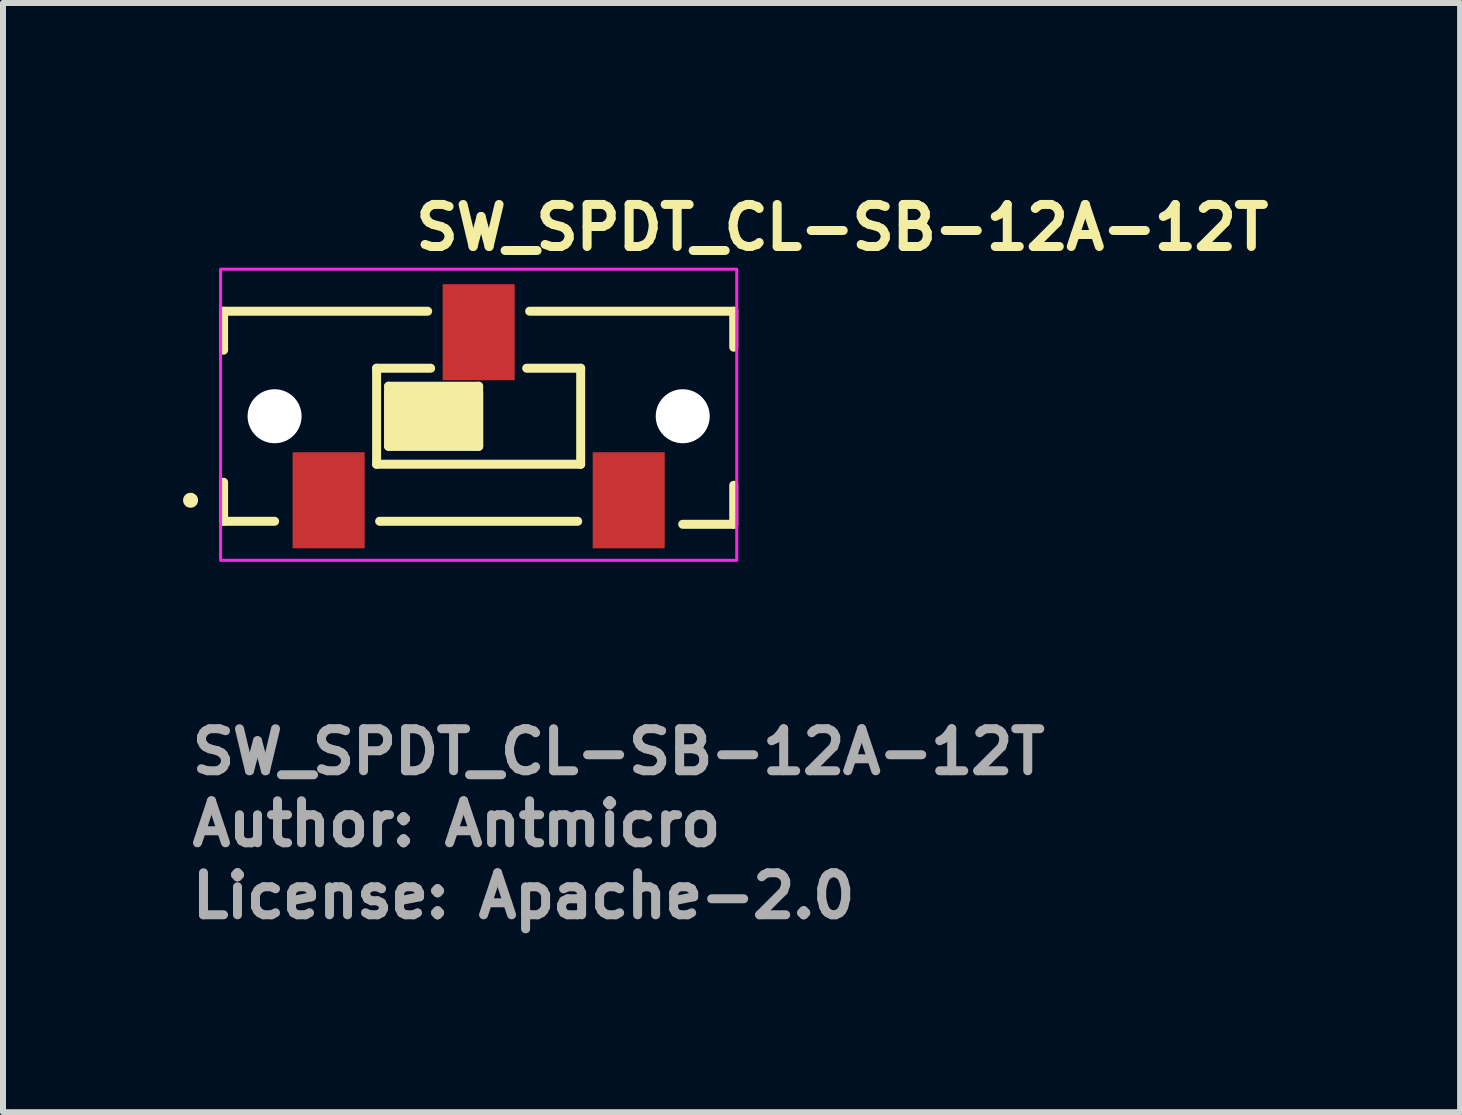
<source format=kicad_pcb>
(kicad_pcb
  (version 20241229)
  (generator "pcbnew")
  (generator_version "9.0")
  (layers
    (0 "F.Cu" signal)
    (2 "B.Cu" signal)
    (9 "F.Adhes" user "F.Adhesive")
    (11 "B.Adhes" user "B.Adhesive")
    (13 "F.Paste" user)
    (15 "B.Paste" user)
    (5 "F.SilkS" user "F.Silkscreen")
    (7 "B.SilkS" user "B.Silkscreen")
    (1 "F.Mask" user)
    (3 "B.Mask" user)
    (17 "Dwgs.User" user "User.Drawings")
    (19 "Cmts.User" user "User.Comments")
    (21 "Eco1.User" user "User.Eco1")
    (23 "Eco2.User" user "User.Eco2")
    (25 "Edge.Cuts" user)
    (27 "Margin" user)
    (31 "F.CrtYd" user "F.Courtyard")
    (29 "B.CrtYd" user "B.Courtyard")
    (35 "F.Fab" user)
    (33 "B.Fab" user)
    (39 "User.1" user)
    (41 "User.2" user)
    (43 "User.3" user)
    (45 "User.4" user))
  (footprint "SW_SPDT_CL-SB-12A-12T"
    (layer "F.Cu")
    (at 4.925 4.885)
    (property "Reference" "SW_SPDT_CL-SB-12A-12T" (at -1.125 -3.735 0) (layer "F.SilkS") (effects (font (size 0.7 0.7) (thickness 0.15)) (justify left bottom)))
    (attr smd)
    (fp_line (start -4.25 -2.75) (end -4.25 -2.1) (stroke (width 0.15) (type solid)) (layer "F.SilkS"))
    (fp_line (start -4.25 -2.75) (end -0.85 -2.75) (stroke (width 0.15) (type solid)) (layer "F.SilkS"))
    (fp_line (start -4.25 0.1) (end -4.25 0.75) (stroke (width 0.15) (type solid)) (layer "F.SilkS"))
    (fp_line (start -4.25 0.75) (end -3.4 0.75) (stroke (width 0.15) (type solid)) (layer "F.SilkS"))
    (fp_line (start -1.7 -1.8) (end -1.7 -0.2) (stroke (width 0.15) (type solid)) (layer "F.SilkS"))
    (fp_line (start -1.7 -0.2) (end 1.7 -0.2) (stroke (width 0.15) (type solid)) (layer "F.SilkS"))
    (fp_line (start -1.65 0.75) (end 1.65 0.75) (stroke (width 0.15) (type solid)) (layer "F.SilkS"))
    (fp_line (start -1.5 -1.5) (end -1.5 -0.5) (stroke (width 0.15) (type solid)) (layer "F.SilkS"))
    (fp_line (start -1.5 -0.5) (end 0 -0.5) (stroke (width 0.15) (type solid)) (layer "F.SilkS"))
    (fp_line (start -0.8 -1.8) (end -1.7 -1.8) (stroke (width 0.15) (type solid)) (layer "F.SilkS"))
    (fp_line (start 0 -1.5) (end -1.5 -1.5) (stroke (width 0.15) (type solid)) (layer "F.SilkS"))
    (fp_line (start 0 -0.5) (end 0 -1.5) (stroke (width 0.15) (type solid)) (layer "F.SilkS"))
    (fp_line (start 0.85 -2.75) (end 4.25 -2.75) (stroke (width 0.15) (type solid)) (layer "F.SilkS"))
    (fp_line (start 1.7 -1.8) (end 0.8 -1.8) (stroke (width 0.15) (type solid)) (layer "F.SilkS"))
    (fp_line (start 1.7 -0.2) (end 1.7 -1.8) (stroke (width 0.15) (type solid)) (layer "F.SilkS"))
    (fp_line (start 4.25 -2.75) (end 4.25 -2.15) (stroke (width 0.15) (type solid)) (layer "F.SilkS"))
    (fp_line (start 4.25 0.8) (end 3.4 0.8) (stroke (width 0.15) (type solid)) (layer "F.SilkS"))
    (fp_line (start 4.25 0.8) (end 4.25 0.15) (stroke (width 0.15) (type solid)) (layer "F.SilkS"))
    (fp_circle (center -4.8 0.4) (end -4.75 0.4) (stroke (width 0.15) (type solid)) (fill yes) (layer "F.SilkS"))
    (fp_poly (pts (xy -1.5 -1.4) (xy 0 -1.4) (xy 0 -1.5) (xy 0 -0.6) (xy 0 -0.5) (xy -1.5 -0.5)) (stroke (width 0.15) (type solid)) (fill yes) (layer "F.SilkS"))
    (fp_rect (start -4.3 -3.45) (end 4.3 1.4) (stroke (width 0.05) (type solid)) (fill no) (layer "F.CrtYd"))
    (fp_rect (start -4.25 -2.75) (end 4.25 2.75) (stroke (width 0.1) (type solid)) (fill no) (layer "User.5"))
    (fp_line (start -4.25 -2.75) (end -4.25 -2) (stroke (width 0.02) (type solid)) (layer "User.9"))
    (fp_line (start -4.25 -2.75) (end -3.9 -2.75) (stroke (width 0.02) (type solid)) (layer "User.9"))
    (fp_line (start -4.25 -2) (end -4.25 -2) (stroke (width 0.02) (type solid)) (layer "User.9"))
    (fp_line (start -4.25 -2) (end -4.249 -2) (stroke (width 0.02) (type solid)) (layer "User.9"))
    (fp_line (start -4.25 0) (end -4.25 -2) (stroke (width 0.02) (type solid)) (layer "User.9"))
    (fp_line (start -4.25 0) (end -4.25 0) (stroke (width 0.02) (type solid)) (layer "User.9"))
    (fp_line (start -4.25 0) (end -4.25 0.75) (stroke (width 0.02) (type solid)) (layer "User.9"))
    (fp_line (start -4.25 0.75) (end -3.9 0.75) (stroke (width 0.02) (type solid)) (layer "User.9"))
    (fp_line (start -4.249 -2) (end -4.248 -2) (stroke (width 0.02) (type solid)) (layer "User.9"))
    (fp_line (start -4.249 0) (end -4.25 0) (stroke (width 0.02) (type solid)) (layer "User.9"))
    (fp_line (start -4.248 -2) (end -4.246 -2) (stroke (width 0.02) (type solid)) (layer "User.9"))
    (fp_line (start -4.248 0) (end -4.249 0) (stroke (width 0.02) (type solid)) (layer "User.9"))
    (fp_line (start -4.246 -2) (end -4.243 -2) (stroke (width 0.02) (type solid)) (layer "User.9"))
    (fp_line (start -4.246 0) (end -4.248 0) (stroke (width 0.02) (type solid)) (layer "User.9"))
    (fp_line (start -4.243 -2) (end -4.241 -2) (stroke (width 0.02) (type solid)) (layer "User.9"))
    (fp_line (start -4.243 0) (end -4.246 0) (stroke (width 0.02) (type solid)) (layer "User.9"))
    (fp_line (start -4.241 -2) (end -4.237 -2) (stroke (width 0.02) (type solid)) (layer "User.9"))
    (fp_line (start -4.241 0) (end -4.243 0) (stroke (width 0.02) (type solid)) (layer "User.9"))
    (fp_line (start -4.237 -2) (end -4.233 -2) (stroke (width 0.02) (type solid)) (layer "User.9"))
    (fp_line (start -4.237 0) (end -4.241 0) (stroke (width 0.02) (type solid)) (layer "User.9"))
    (fp_line (start -4.233 -2) (end -4.229 -2) (stroke (width 0.02) (type solid)) (layer "User.9"))
    (fp_line (start -4.233 0) (end -4.237 0) (stroke (width 0.02) (type solid)) (layer "User.9"))
    (fp_line (start -4.229 -2) (end -4.224 -2) (stroke (width 0.02) (type solid)) (layer "User.9"))
    (fp_line (start -4.229 0) (end -4.233 0) (stroke (width 0.02) (type solid)) (layer "User.9"))
    (fp_line (start -4.224 -2) (end -4.219 -2) (stroke (width 0.02) (type solid)) (layer "User.9"))
    (fp_line (start -4.224 0) (end -4.229 0) (stroke (width 0.02) (type solid)) (layer "User.9"))
    (fp_line (start -4.219 -2) (end -4.213 -2) (stroke (width 0.02) (type solid)) (layer "User.9"))
    (fp_line (start -4.219 0) (end -4.224 0) (stroke (width 0.02) (type solid)) (layer "User.9"))
    (fp_line (start -4.213 -2) (end -4.207 -2) (stroke (width 0.02) (type solid)) (layer "User.9"))
    (fp_line (start -4.213 0) (end -4.219 0) (stroke (width 0.02) (type solid)) (layer "User.9"))
    (fp_line (start -4.207 -2) (end -4.2 -2) (stroke (width 0.02) (type solid)) (layer "User.9"))
    (fp_line (start -4.207 0) (end -4.213 0) (stroke (width 0.02) (type solid)) (layer "User.9"))
    (fp_line (start -4.2 -2) (end -4.171 -2.003) (stroke (width 0.02) (type solid)) (layer "User.9"))
    (fp_line (start -4.2 0) (end -4.25 0) (stroke (width 0.02) (type solid)) (layer "User.9"))
    (fp_line (start -4.2 0) (end -4.207 0) (stroke (width 0.02) (type solid)) (layer "User.9"))
    (fp_line (start -4.171 -2.003) (end -4.137 -2.011) (stroke (width 0.02) (type solid)) (layer "User.9"))
    (fp_line (start -4.171 0.003) (end -4.2 0) (stroke (width 0.02) (type solid)) (layer "User.9"))
    (fp_line (start -4.137 -2.011) (end -4.102 -2.026) (stroke (width 0.02) (type solid)) (layer "User.9"))
    (fp_line (start -4.137 0.011) (end -4.171 0.003) (stroke (width 0.02) (type solid)) (layer "User.9"))
    (fp_line (start -4.102 -2.026) (end -4.086 -2.036) (stroke (width 0.02) (type solid)) (layer "User.9"))
    (fp_line (start -4.102 0.026) (end -4.137 0.011) (stroke (width 0.02) (type solid)) (layer "User.9"))
    (fp_line (start -4.086 -2.036) (end -4.07 -2.048) (stroke (width 0.02) (type solid)) (layer "User.9"))
    (fp_line (start -4.085 0.036) (end -4.102 0.026) (stroke (width 0.02) (type solid)) (layer "User.9"))
    (fp_line (start -4.07 -2.048) (end -4.055 -2.063) (stroke (width 0.02) (type solid)) (layer "User.9"))
    (fp_line (start -4.069 0.049) (end -4.085 0.036) (stroke (width 0.02) (type solid)) (layer "User.9"))
    (fp_line (start -4.055 -2.063) (end -4.041 -2.079) (stroke (width 0.02) (type solid)) (layer "User.9"))
    (fp_line (start -4.054 0.063) (end -4.069 0.049) (stroke (width 0.02) (type solid)) (layer "User.9"))
    (fp_line (start -4.041 -2.079) (end -4.029 -2.097) (stroke (width 0.02) (type solid)) (layer "User.9"))
    (fp_line (start -4.041 0.079) (end -4.054 0.063) (stroke (width 0.02) (type solid)) (layer "User.9"))
    (fp_line (start -4.029 -2.097) (end -4.019 -2.116) (stroke (width 0.02) (type solid)) (layer "User.9"))
    (fp_line (start -4.029 0.097) (end -4.041 0.079) (stroke (width 0.02) (type solid)) (layer "User.9"))
    (fp_line (start -4.019 -2.116) (end -4.011 -2.136) (stroke (width 0.02) (type solid)) (layer "User.9"))
    (fp_line (start -4.019 0.116) (end -4.029 0.097) (stroke (width 0.02) (type solid)) (layer "User.9"))
    (fp_line (start -4.011 -2.136) (end -4.005 -2.157) (stroke (width 0.02) (type solid)) (layer "User.9"))
    (fp_line (start -4.011 0.136) (end -4.019 0.116) (stroke (width 0.02) (type solid)) (layer "User.9"))
    (fp_line (start -4.005 -2.157) (end -4.001 -2.178) (stroke (width 0.02) (type solid)) (layer "User.9"))
    (fp_line (start -4.005 0.157) (end -4.011 0.136) (stroke (width 0.02) (type solid)) (layer "User.9"))
    (fp_line (start -4.001 -2.178) (end -4 -2.2) (stroke (width 0.02) (type solid)) (layer "User.9"))
    (fp_line (start -4.001 0.178) (end -4.005 0.157) (stroke (width 0.02) (type solid)) (layer "User.9"))
    (fp_line (start -4 0.2) (end -4.001 0.178) (stroke (width 0.02) (type solid)) (layer "User.9"))
    (fp_line (start -4 0.2) (end -4 -2.2) (stroke (width 0.02) (type solid)) (layer "User.9"))
    (fp_line (start -4 0.2) (end -3.996 0.239) (stroke (width 0.02) (type solid)) (layer "User.9"))
    (fp_line (start -3.996 -2.239) (end -4 -2.2) (stroke (width 0.02) (type solid)) (layer "User.9"))
    (fp_line (start -3.996 0.239) (end -3.985 0.277) (stroke (width 0.02) (type solid)) (layer "User.9"))
    (fp_line (start -3.992 -2.45) (end -3.9 -2.45) (stroke (width 0.02) (type solid)) (layer "User.9"))
    (fp_line (start -3.992 -2.256) (end -3.992 -2.45) (stroke (width 0.02) (type solid)) (layer "User.9"))
    (fp_line (start -3.992 0.45) (end -3.992 0.256) (stroke (width 0.02) (type solid)) (layer "User.9"))
    (fp_line (start -3.985 -2.277) (end -3.996 -2.239) (stroke (width 0.02) (type solid)) (layer "User.9"))
    (fp_line (start -3.985 0.277) (end -3.966 0.311) (stroke (width 0.02) (type solid)) (layer "User.9"))
    (fp_line (start -3.966 -2.311) (end -3.985 -2.277) (stroke (width 0.02) (type solid)) (layer "User.9"))
    (fp_line (start -3.966 0.311) (end -3.941 0.341) (stroke (width 0.02) (type solid)) (layer "User.9"))
    (fp_line (start -3.941 -2.341) (end -3.966 -2.311) (stroke (width 0.02) (type solid)) (layer "User.9"))
    (fp_line (start -3.941 0.341) (end -3.911 0.366) (stroke (width 0.02) (type solid)) (layer "User.9"))
    (fp_line (start -3.911 -2.366) (end -3.941 -2.341) (stroke (width 0.02) (type solid)) (layer "User.9"))
    (fp_line (start -3.911 0.366) (end -3.877 0.385) (stroke (width 0.02) (type solid)) (layer "User.9"))
    (fp_line (start -3.9 -2.45) (end -3.9 -2.75) (stroke (width 0.02) (type solid)) (layer "User.9"))
    (fp_line (start -3.9 0.45) (end -3.992 0.45) (stroke (width 0.02) (type solid)) (layer "User.9"))
    (fp_line (start -3.9 0.75) (end -3.9 0.45) (stroke (width 0.02) (type solid)) (layer "User.9"))
    (fp_line (start -3.877 -2.385) (end -3.911 -2.366) (stroke (width 0.02) (type solid)) (layer "User.9"))
    (fp_line (start -3.877 0.385) (end -3.839 0.396) (stroke (width 0.02) (type solid)) (layer "User.9"))
    (fp_line (start -3.839 -2.396) (end -3.877 -2.385) (stroke (width 0.02) (type solid)) (layer "User.9"))
    (fp_line (start -3.839 0.396) (end -3.8 0.4) (stroke (width 0.02) (type solid)) (layer "User.9"))
    (fp_line (start -3.8 -2.4) (end -3.839 -2.396) (stroke (width 0.02) (type solid)) (layer "User.9"))
    (fp_line (start -3.8 0.4) (end -3.25 0.4) (stroke (width 0.02) (type solid)) (layer "User.9"))
    (fp_line (start -3.211 0.404) (end -3.25 0.4) (stroke (width 0.02) (type solid)) (layer "User.9"))
    (fp_line (start -3.173 0.415) (end -3.211 0.404) (stroke (width 0.02) (type solid)) (layer "User.9"))
    (fp_line (start -3.15 -2.75) (end -3.9 -2.75) (stroke (width 0.02) (type solid)) (layer "User.9"))
    (fp_line (start -3.15 -2.75) (end -3.15 -2.45) (stroke (width 0.02) (type solid)) (layer "User.9"))
    (fp_line (start -3.15 -2.75) (end -3.05 -2.75) (stroke (width 0.02) (type solid)) (layer "User.9"))
    (fp_line (start -3.15 -2.45) (end -3.9 -2.45) (stroke (width 0.02) (type solid)) (layer "User.9"))
    (fp_line (start -3.15 0.45) (end -3.9 0.45) (stroke (width 0.02) (type solid)) (layer "User.9"))
    (fp_line (start -3.15 0.45) (end -3.15 0.75) (stroke (width 0.02) (type solid)) (layer "User.9"))
    (fp_line (start -3.15 0.75) (end -3.9 0.75) (stroke (width 0.02) (type solid)) (layer "User.9"))
    (fp_line (start -3.15 0.75) (end -3.05 0.75) (stroke (width 0.02) (type solid)) (layer "User.9"))
    (fp_line (start -3.139 0.434) (end -3.173 0.415) (stroke (width 0.02) (type solid)) (layer "User.9"))
    (fp_line (start -3.109 0.459) (end -3.139 0.434) (stroke (width 0.02) (type solid)) (layer "User.9"))
    (fp_line (start -3.09 -2.45) (end -3.15 -2.45) (stroke (width 0.02) (type solid)) (layer "User.9"))
    (fp_line (start -3.09 -2.4) (end -3.09 -2.45) (stroke (width 0.02) (type solid)) (layer "User.9"))
    (fp_line (start -3.084 0.489) (end -3.109 0.459) (stroke (width 0.02) (type solid)) (layer "User.9"))
    (fp_line (start -3.065 0.523) (end -3.084 0.489) (stroke (width 0.02) (type solid)) (layer "User.9"))
    (fp_line (start -3.054 0.561) (end -3.065 0.523) (stroke (width 0.02) (type solid)) (layer "User.9"))
    (fp_line (start -3.05 -2.75) (end -3.05 -2.748) (stroke (width 0.02) (type solid)) (layer "User.9"))
    (fp_line (start -3.05 -2.75) (end -2.05 -2.75) (stroke (width 0.02) (type solid)) (layer "User.9"))
    (fp_line (start -3.05 -2.748) (end -3.05 -2.742) (stroke (width 0.02) (type solid)) (layer "User.9"))
    (fp_line (start -3.05 -2.742) (end -3.05 -2.733) (stroke (width 0.02) (type solid)) (layer "User.9"))
    (fp_line (start -3.05 -2.733) (end -3.05 -2.72) (stroke (width 0.02) (type solid)) (layer "User.9"))
    (fp_line (start -3.05 -2.72) (end -3.05 -2.704) (stroke (width 0.02) (type solid)) (layer "User.9"))
    (fp_line (start -3.05 -2.704) (end -3.05 -2.685) (stroke (width 0.02) (type solid)) (layer "User.9"))
    (fp_line (start -3.05 -2.685) (end -3.05 -2.662) (stroke (width 0.02) (type solid)) (layer "User.9"))
    (fp_line (start -3.05 -2.662) (end -3.05 -2.637) (stroke (width 0.02) (type solid)) (layer "User.9"))
    (fp_line (start -3.05 -2.637) (end -3.05 -2.61) (stroke (width 0.02) (type solid)) (layer "User.9"))
    (fp_line (start -3.05 -2.61) (end -3.05 -2.58) (stroke (width 0.02) (type solid)) (layer "User.9"))
    (fp_line (start -3.05 -2.58) (end -3.05 -2.549) (stroke (width 0.02) (type solid)) (layer "User.9"))
    (fp_line (start -3.05 -2.549) (end -3.05 -2.517) (stroke (width 0.02) (type solid)) (layer "User.9"))
    (fp_line (start -3.05 -2.517) (end -3.05 -2.484) (stroke (width 0.02) (type solid)) (layer "User.9"))
    (fp_line (start -3.05 -2.484) (end -3.05 -2.45) (stroke (width 0.02) (type solid)) (layer "User.9"))
    (fp_line (start -3.05 -2.45) (end -3.05 -2.4) (stroke (width 0.02) (type solid)) (layer "User.9"))
    (fp_line (start -3.05 -2.4) (end -3.8 -2.4) (stroke (width 0.02) (type solid)) (layer "User.9"))
    (fp_line (start -3.05 -2.4) (end -3.09 -2.4) (stroke (width 0.02) (type solid)) (layer "User.9"))
    (fp_line (start -3.05 0.6) (end -3.054 0.561) (stroke (width 0.02) (type solid)) (layer "User.9"))
    (fp_line (start -3.05 0.6) (end -3.05 0.75) (stroke (width 0.02) (type solid)) (layer "User.9"))
    (fp_line (start -3.05 0.75) (end 3.05 0.75) (stroke (width 0.02) (type solid)) (layer "User.9"))
    (fp_line (start -2.05 -2.75) (end -2.05 -2.748) (stroke (width 0.02) (type solid)) (layer "User.9"))
    (fp_line (start -2.05 -2.748) (end -2.05 -2.742) (stroke (width 0.02) (type solid)) (layer "User.9"))
    (fp_line (start -2.05 -2.742) (end -2.05 -2.733) (stroke (width 0.02) (type solid)) (layer "User.9"))
    (fp_line (start -2.05 -2.733) (end -2.05 -2.72) (stroke (width 0.02) (type solid)) (layer "User.9"))
    (fp_line (start -2.05 -2.72) (end -2.05 -2.704) (stroke (width 0.02) (type solid)) (layer "User.9"))
    (fp_line (start -2.05 -2.704) (end -2.05 -2.685) (stroke (width 0.02) (type solid)) (layer "User.9"))
    (fp_line (start -2.05 -2.685) (end -2.05 -2.662) (stroke (width 0.02) (type solid)) (layer "User.9"))
    (fp_line (start -2.05 -2.662) (end -2.05 -2.637) (stroke (width 0.02) (type solid)) (layer "User.9"))
    (fp_line (start -2.05 -2.637) (end -2.05 -2.61) (stroke (width 0.02) (type solid)) (layer "User.9"))
    (fp_line (start -2.05 -2.61) (end -2.05 -2.58) (stroke (width 0.02) (type solid)) (layer "User.9"))
    (fp_line (start -2.05 -2.58) (end -2.05 -2.549) (stroke (width 0.02) (type solid)) (layer "User.9"))
    (fp_line (start -2.05 -2.549) (end -2.05 -2.517) (stroke (width 0.02) (type solid)) (layer "User.9"))
    (fp_line (start -2.05 -2.517) (end -2.05 -2.484) (stroke (width 0.02) (type solid)) (layer "User.9"))
    (fp_line (start -2.05 -2.484) (end -2.05 -2.45) (stroke (width 0.02) (type solid)) (layer "User.9"))
    (fp_line (start -2.05 -2.45) (end -3.05 -2.45) (stroke (width 0.02) (type solid)) (layer "User.9"))
    (fp_line (start -2.05 -2.45) (end -2.046 -2.42) (stroke (width 0.02) (type solid)) (layer "User.9"))
    (fp_line (start -2.049 -2.75) (end -2.05 -2.75) (stroke (width 0.02) (type solid)) (layer "User.9"))
    (fp_line (start -2.049 -2.5) (end -2.05 -2.5) (stroke (width 0.02) (type solid)) (layer "User.9"))
    (fp_line (start -2.046 -2.42) (end -2.036 -2.392) (stroke (width 0.02) (type solid)) (layer "User.9"))
    (fp_line (start -2.045 -2.75) (end -2.049 -2.75) (stroke (width 0.02) (type solid)) (layer "User.9"))
    (fp_line (start -2.045 -2.5) (end -2.049 -2.5) (stroke (width 0.02) (type solid)) (layer "User.9"))
    (fp_line (start -2.039 -2.75) (end -2.045 -2.75) (stroke (width 0.02) (type solid)) (layer "User.9"))
    (fp_line (start -2.039 -2.5) (end -2.045 -2.5) (stroke (width 0.02) (type solid)) (layer "User.9"))
    (fp_line (start -2.036 -2.392) (end -2.019 -2.367) (stroke (width 0.02) (type solid)) (layer "User.9"))
    (fp_line (start -2.03 -2.75) (end -2.039 -2.75) (stroke (width 0.02) (type solid)) (layer "User.9"))
    (fp_line (start -2.03 -2.5) (end -2.039 -2.5) (stroke (width 0.02) (type solid)) (layer "User.9"))
    (fp_line (start -2.019 -2.75) (end -2.03 -2.75) (stroke (width 0.02) (type solid)) (layer "User.9"))
    (fp_line (start -2.019 -2.5) (end -2.03 -2.5) (stroke (width 0.02) (type solid)) (layer "User.9"))
    (fp_line (start -2.019 -2.367) (end -1.996 -2.347) (stroke (width 0.02) (type solid)) (layer "User.9"))
    (fp_line (start -2.006 -2.75) (end -2.019 -2.75) (stroke (width 0.02) (type solid)) (layer "User.9"))
    (fp_line (start -2.006 -2.5) (end -2.019 -2.5) (stroke (width 0.02) (type solid)) (layer "User.9"))
    (fp_line (start -1.996 -2.347) (end -1.969 -2.333) (stroke (width 0.02) (type solid)) (layer "User.9"))
    (fp_line (start -1.991 -2.75) (end -2.006 -2.75) (stroke (width 0.02) (type solid)) (layer "User.9"))
    (fp_line (start -1.991 -2.5) (end -2.006 -2.5) (stroke (width 0.02) (type solid)) (layer "User.9"))
    (fp_line (start -1.975 -2.75) (end -1.991 -2.75) (stroke (width 0.02) (type solid)) (layer "User.9"))
    (fp_line (start -1.975 -2.5) (end -1.991 -2.5) (stroke (width 0.02) (type solid)) (layer "User.9"))
    (fp_line (start -1.969 -2.333) (end -1.94 -2.326) (stroke (width 0.02) (type solid)) (layer "User.9"))
    (fp_line (start -1.956 -2.75) (end -1.975 -2.75) (stroke (width 0.02) (type solid)) (layer "User.9"))
    (fp_line (start -1.956 -2.5) (end -1.975 -2.5) (stroke (width 0.02) (type solid)) (layer "User.9"))
    (fp_line (start -1.94 -2.326) (end -1.91 -2.326) (stroke (width 0.02) (type solid)) (layer "User.9"))
    (fp_line (start -1.937 -2.75) (end -1.956 -2.75) (stroke (width 0.02) (type solid)) (layer "User.9"))
    (fp_line (start -1.937 -2.5) (end -1.956 -2.5) (stroke (width 0.02) (type solid)) (layer "User.9"))
    (fp_line (start -1.916 -2.75) (end -1.937 -2.75) (stroke (width 0.02) (type solid)) (layer "User.9"))
    (fp_line (start -1.916 -2.5) (end -1.937 -2.5) (stroke (width 0.02) (type solid)) (layer "User.9"))
    (fp_line (start -1.91 -2.326) (end -1.881 -2.333) (stroke (width 0.02) (type solid)) (layer "User.9"))
    (fp_line (start -1.895 -2.75) (end -1.916 -2.75) (stroke (width 0.02) (type solid)) (layer "User.9"))
    (fp_line (start -1.895 -2.5) (end -1.916 -2.5) (stroke (width 0.02) (type solid)) (layer "User.9"))
    (fp_line (start -1.881 -2.333) (end -1.854 -2.347) (stroke (width 0.02) (type solid)) (layer "User.9"))
    (fp_line (start -1.872 -2.75) (end -1.895 -2.75) (stroke (width 0.02) (type solid)) (layer "User.9"))
    (fp_line (start -1.872 -2.5) (end -1.895 -2.5) (stroke (width 0.02) (type solid)) (layer "User.9"))
    (fp_line (start -1.854 -2.347) (end -1.831 -2.367) (stroke (width 0.02) (type solid)) (layer "User.9"))
    (fp_line (start -1.85 -2.75) (end -1.872 -2.75) (stroke (width 0.02) (type solid)) (layer "User.9"))
    (fp_line (start -1.85 -2.75) (end -0.697 -2.75) (stroke (width 0.02) (type solid)) (layer "User.9"))
    (fp_line (start -1.85 -2.75) (end 0.75 -2.75) (stroke (width 0.02) (type solid)) (layer "User.9"))
    (fp_line (start -1.85 -2.5) (end -1.872 -2.5) (stroke (width 0.02) (type solid)) (layer "User.9"))
    (fp_line (start -1.85 -2.5) (end -1.85 -2.75) (stroke (width 0.02) (type solid)) (layer "User.9"))
    (fp_line (start -1.85 -2.5) (end -0.697 -2.5) (stroke (width 0.02) (type solid)) (layer "User.9"))
    (fp_line (start -1.831 -2.367) (end -1.814 -2.392) (stroke (width 0.02) (type solid)) (layer "User.9"))
    (fp_line (start -1.814 -2.392) (end -1.804 -2.42) (stroke (width 0.02) (type solid)) (layer "User.9"))
    (fp_line (start -1.804 -2.42) (end -1.8 -2.45) (stroke (width 0.02) (type solid)) (layer "User.9"))
    (fp_line (start -1.75 0.75) (end -1.75 2.75) (stroke (width 0.02) (type solid)) (layer "User.9"))
    (fp_line (start -0.661 -2.497) (end -0.697 -2.5) (stroke (width 0.02) (type solid)) (layer "User.9"))
    (fp_line (start -0.644 -2.747) (end -0.697 -2.75) (stroke (width 0.02) (type solid)) (layer "User.9"))
    (fp_line (start -0.626 -2.487) (end -0.661 -2.497) (stroke (width 0.02) (type solid)) (layer "User.9"))
    (fp_line (start -0.593 -2.471) (end -0.626 -2.487) (stroke (width 0.02) (type solid)) (layer "User.9"))
    (fp_line (start -0.591 -2.737) (end -0.644 -2.747) (stroke (width 0.02) (type solid)) (layer "User.9"))
    (fp_line (start -0.564 -2.45) (end -0.593 -2.471) (stroke (width 0.02) (type solid)) (layer "User.9"))
    (fp_line (start -0.54 -2.722) (end -0.591 -2.737) (stroke (width 0.02) (type solid)) (layer "User.9"))
    (fp_line (start -0.492 -2.701) (end -0.54 -2.722) (stroke (width 0.02) (type solid)) (layer "User.9"))
    (fp_line (start -0.446 -2.674) (end -0.492 -2.701) (stroke (width 0.02) (type solid)) (layer "User.9"))
    (fp_line (start -0.404 -2.641) (end -0.446 -2.674) (stroke (width 0.02) (type solid)) (layer "User.9"))
    (fp_line (start -0.365 -2.604) (end -0.404 -2.641) (stroke (width 0.02) (type solid)) (layer "User.9"))
    (fp_line (start -0.29 -2.523) (end -0.365 -2.604) (stroke (width 0.02) (type solid)) (layer "User.9"))
    (fp_line (start -0.29 -2.523) (end -0.263 -2.496) (stroke (width 0.02) (type solid)) (layer "User.9"))
    (fp_line (start -0.263 -2.496) (end -0.233 -2.471) (stroke (width 0.02) (type solid)) (layer "User.9"))
    (fp_line (start -0.25 0.75) (end -0.25 2.75) (stroke (width 0.02) (type solid)) (layer "User.9"))
    (fp_line (start -0.25 2.75) (end -1.75 2.75) (stroke (width 0.02) (type solid)) (layer "User.9"))
    (fp_line (start -0.233 -2.471) (end -0.201 -2.45) (stroke (width 0.02) (type solid)) (layer "User.9"))
    (fp_line (start 0.209 -2.45) (end 0.243 -2.473) (stroke (width 0.02) (type solid)) (layer "User.9"))
    (fp_line (start 0.243 -2.473) (end 0.275 -2.499) (stroke (width 0.02) (type solid)) (layer "User.9"))
    (fp_line (start 0.382 -2.597) (end 0.275 -2.499) (stroke (width 0.02) (type solid)) (layer "User.9"))
    (fp_line (start 0.517 -2.45) (end 0.382 -2.597) (stroke (width 0.02) (type solid)) (layer "User.9"))
    (fp_line (start 0.75 -2.75) (end 0.75 -2.45) (stroke (width 0.02) (type solid)) (layer "User.9"))
    (fp_line (start 0.75 -2.75) (end 0.761 -2.75) (stroke (width 0.02) (type solid)) (layer "User.9"))
    (fp_line (start 0.761 -2.75) (end 0.772 -2.75) (stroke (width 0.02) (type solid)) (layer "User.9"))
    (fp_line (start 0.772 -2.75) (end 0.783 -2.75) (stroke (width 0.02) (type solid)) (layer "User.9"))
    (fp_line (start 0.783 -2.75) (end 0.793 -2.75) (stroke (width 0.02) (type solid)) (layer "User.9"))
    (fp_line (start 0.793 -2.75) (end 0.803 -2.75) (stroke (width 0.02) (type solid)) (layer "User.9"))
    (fp_line (start 0.803 -2.75) (end 0.812 -2.75) (stroke (width 0.02) (type solid)) (layer "User.9"))
    (fp_line (start 0.812 -2.75) (end 0.821 -2.75) (stroke (width 0.02) (type solid)) (layer "User.9"))
    (fp_line (start 0.821 -2.75) (end 0.828 -2.75) (stroke (width 0.02) (type solid)) (layer "User.9"))
    (fp_line (start 0.828 -2.75) (end 0.835 -2.75) (stroke (width 0.02) (type solid)) (layer "User.9"))
    (fp_line (start 0.835 -2.75) (end 0.84 -2.75) (stroke (width 0.02) (type solid)) (layer "User.9"))
    (fp_line (start 0.84 -2.75) (end 0.844 -2.75) (stroke (width 0.02) (type solid)) (layer "User.9"))
    (fp_line (start 0.844 -2.75) (end 0.847 -2.75) (stroke (width 0.02) (type solid)) (layer "User.9"))
    (fp_line (start 0.847 -2.75) (end 0.849 -2.75) (stroke (width 0.02) (type solid)) (layer "User.9"))
    (fp_line (start 0.849 -2.75) (end 0.85 -2.75) (stroke (width 0.02) (type solid)) (layer "User.9"))
    (fp_line (start 0.85 -2.75) (end 0.85 -2.45) (stroke (width 0.02) (type solid)) (layer "User.9"))
    (fp_line (start 0.85 -2.45) (end -1.8 -2.45) (stroke (width 0.02) (type solid)) (layer "User.9"))
    (fp_line (start 0.85 -2.45) (end 0.889 -2.454) (stroke (width 0.02) (type solid)) (layer "User.9"))
    (fp_line (start 0.851 -2.75) (end 0.85 -2.75) (stroke (width 0.02) (type solid)) (layer "User.9"))
    (fp_line (start 0.853 -2.75) (end 0.851 -2.75) (stroke (width 0.02) (type solid)) (layer "User.9"))
    (fp_line (start 0.856 -2.75) (end 0.853 -2.75) (stroke (width 0.02) (type solid)) (layer "User.9"))
    (fp_line (start 0.86 -2.75) (end 0.856 -2.75) (stroke (width 0.02) (type solid)) (layer "User.9"))
    (fp_line (start 0.865 -2.75) (end 0.86 -2.75) (stroke (width 0.02) (type solid)) (layer "User.9"))
    (fp_line (start 0.872 -2.75) (end 0.865 -2.75) (stroke (width 0.02) (type solid)) (layer "User.9"))
    (fp_line (start 0.879 -2.75) (end 0.872 -2.75) (stroke (width 0.02) (type solid)) (layer "User.9"))
    (fp_line (start 0.888 -2.75) (end 0.879 -2.75) (stroke (width 0.02) (type solid)) (layer "User.9"))
    (fp_line (start 0.889 -2.454) (end 0.927 -2.465) (stroke (width 0.02) (type solid)) (layer "User.9"))
    (fp_line (start 0.897 -2.75) (end 0.888 -2.75) (stroke (width 0.02) (type solid)) (layer "User.9"))
    (fp_line (start 0.907 -2.75) (end 0.897 -2.75) (stroke (width 0.02) (type solid)) (layer "User.9"))
    (fp_line (start 0.917 -2.75) (end 0.907 -2.75) (stroke (width 0.02) (type solid)) (layer "User.9"))
    (fp_line (start 0.927 -2.465) (end 0.961 -2.484) (stroke (width 0.02) (type solid)) (layer "User.9"))
    (fp_line (start 0.928 -2.75) (end 0.917 -2.75) (stroke (width 0.02) (type solid)) (layer "User.9"))
    (fp_line (start 0.939 -2.75) (end 0.928 -2.75) (stroke (width 0.02) (type solid)) (layer "User.9"))
    (fp_line (start 0.95 -2.75) (end 0.939 -2.75) (stroke (width 0.02) (type solid)) (layer "User.9"))
    (fp_line (start 0.95 -2.75) (end 0.95 -2.477) (stroke (width 0.02) (type solid)) (layer "User.9"))
    (fp_line (start 0.95 -2.75) (end 1.05 -2.75) (stroke (width 0.02) (type solid)) (layer "User.9"))
    (fp_line (start 0.961 -2.484) (end 0.991 -2.509) (stroke (width 0.02) (type solid)) (layer "User.9"))
    (fp_line (start 0.991 -2.509) (end 1.016 -2.539) (stroke (width 0.02) (type solid)) (layer "User.9"))
    (fp_line (start 1.016 -2.539) (end 1.035 -2.573) (stroke (width 0.02) (type solid)) (layer "User.9"))
    (fp_line (start 1.035 -2.573) (end 1.046 -2.611) (stroke (width 0.02) (type solid)) (layer "User.9"))
    (fp_line (start 1.046 -2.611) (end 1.05 -2.65) (stroke (width 0.02) (type solid)) (layer "User.9"))
    (fp_line (start 1.05 -2.75) (end 1.05 -2.65) (stroke (width 0.02) (type solid)) (layer "User.9"))
    (fp_line (start 3.05 -2.75) (end 1.05 -2.75) (stroke (width 0.02) (type solid)) (layer "User.9"))
    (fp_line (start 3.05 -2.75) (end 3.15 -2.75) (stroke (width 0.02) (type solid)) (layer "User.9"))
    (fp_line (start 3.05 -2.6) (end 3.05 -2.75) (stroke (width 0.02) (type solid)) (layer "User.9"))
    (fp_line (start 3.05 -2.6) (end 3.054 -2.561) (stroke (width 0.02) (type solid)) (layer "User.9"))
    (fp_line (start 3.05 0.75) (end 3.05 0.6) (stroke (width 0.02) (type solid)) (layer "User.9"))
    (fp_line (start 3.05 0.75) (end 3.15 0.75) (stroke (width 0.02) (type solid)) (layer "User.9"))
    (fp_line (start 3.054 -2.561) (end 3.065 -2.523) (stroke (width 0.02) (type solid)) (layer "User.9"))
    (fp_line (start 3.054 0.561) (end 3.05 0.6) (stroke (width 0.02) (type solid)) (layer "User.9"))
    (fp_line (start 3.065 -2.523) (end 3.084 -2.489) (stroke (width 0.02) (type solid)) (layer "User.9"))
    (fp_line (start 3.065 0.523) (end 3.054 0.561) (stroke (width 0.02) (type solid)) (layer "User.9"))
    (fp_line (start 3.084 -2.489) (end 3.109 -2.459) (stroke (width 0.02) (type solid)) (layer "User.9"))
    (fp_line (start 3.084 0.489) (end 3.065 0.523) (stroke (width 0.02) (type solid)) (layer "User.9"))
    (fp_line (start 3.109 -2.459) (end 3.139 -2.434) (stroke (width 0.02) (type solid)) (layer "User.9"))
    (fp_line (start 3.109 0.459) (end 3.084 0.489) (stroke (width 0.02) (type solid)) (layer "User.9"))
    (fp_line (start 3.139 -2.434) (end 3.173 -2.415) (stroke (width 0.02) (type solid)) (layer "User.9"))
    (fp_line (start 3.139 0.434) (end 3.109 0.459) (stroke (width 0.02) (type solid)) (layer "User.9"))
    (fp_line (start 3.15 -2.45) (end 3.15 -2.75) (stroke (width 0.02) (type solid)) (layer "User.9"))
    (fp_line (start 3.15 0.75) (end 3.15 0.45) (stroke (width 0.02) (type solid)) (layer "User.9"))
    (fp_line (start 3.173 -2.415) (end 3.211 -2.404) (stroke (width 0.02) (type solid)) (layer "User.9"))
    (fp_line (start 3.173 0.415) (end 3.139 0.434) (stroke (width 0.02) (type solid)) (layer "User.9"))
    (fp_line (start 3.211 -2.404) (end 3.25 -2.4) (stroke (width 0.02) (type solid)) (layer "User.9"))
    (fp_line (start 3.211 0.404) (end 3.173 0.415) (stroke (width 0.02) (type solid)) (layer "User.9"))
    (fp_line (start 3.25 0.4) (end 3.211 0.404) (stroke (width 0.02) (type solid)) (layer "User.9"))
    (fp_line (start 3.25 0.4) (end 3.8 0.4) (stroke (width 0.02) (type solid)) (layer "User.9"))
    (fp_line (start 3.8 -2.4) (end 3.25 -2.4) (stroke (width 0.02) (type solid)) (layer "User.9"))
    (fp_line (start 3.8 0.4) (end 3.839 0.396) (stroke (width 0.02) (type solid)) (layer "User.9"))
    (fp_line (start 3.839 -2.396) (end 3.8 -2.4) (stroke (width 0.02) (type solid)) (layer "User.9"))
    (fp_line (start 3.839 0.396) (end 3.877 0.385) (stroke (width 0.02) (type solid)) (layer "User.9"))
    (fp_line (start 3.877 -2.385) (end 3.839 -2.396) (stroke (width 0.02) (type solid)) (layer "User.9"))
    (fp_line (start 3.877 0.385) (end 3.911 0.366) (stroke (width 0.02) (type solid)) (layer "User.9"))
    (fp_line (start 3.9 -2.75) (end 3.15 -2.75) (stroke (width 0.02) (type solid)) (layer "User.9"))
    (fp_line (start 3.9 -2.75) (end 3.9 -2.45) (stroke (width 0.02) (type solid)) (layer "User.9"))
    (fp_line (start 3.9 -2.75) (end 4.25 -2.75) (stroke (width 0.02) (type solid)) (layer "User.9"))
    (fp_line (start 3.9 -2.45) (end 3.15 -2.45) (stroke (width 0.02) (type solid)) (layer "User.9"))
    (fp_line (start 3.9 -2.45) (end 3.992 -2.45) (stroke (width 0.02) (type solid)) (layer "User.9"))
    (fp_line (start 3.9 0.45) (end 3.15 0.45) (stroke (width 0.02) (type solid)) (layer "User.9"))
    (fp_line (start 3.9 0.45) (end 3.9 0.75) (stroke (width 0.02) (type solid)) (layer "User.9"))
    (fp_line (start 3.9 0.75) (end 3.15 0.75) (stroke (width 0.02) (type solid)) (layer "User.9"))
    (fp_line (start 3.9 0.75) (end 4.25 0.75) (stroke (width 0.02) (type solid)) (layer "User.9"))
    (fp_line (start 3.911 -2.366) (end 3.877 -2.385) (stroke (width 0.02) (type solid)) (layer "User.9"))
    (fp_line (start 3.911 0.366) (end 3.941 0.341) (stroke (width 0.02) (type solid)) (layer "User.9"))
    (fp_line (start 3.941 -2.341) (end 3.911 -2.366) (stroke (width 0.02) (type solid)) (layer "User.9"))
    (fp_line (start 3.941 0.341) (end 3.966 0.311) (stroke (width 0.02) (type solid)) (layer "User.9"))
    (fp_line (start 3.966 -2.311) (end 3.941 -2.341) (stroke (width 0.02) (type solid)) (layer "User.9"))
    (fp_line (start 3.966 0.311) (end 3.985 0.277) (stroke (width 0.02) (type solid)) (layer "User.9"))
    (fp_line (start 3.985 -2.277) (end 3.966 -2.311) (stroke (width 0.02) (type solid)) (layer "User.9"))
    (fp_line (start 3.985 0.277) (end 3.996 0.239) (stroke (width 0.02) (type solid)) (layer "User.9"))
    (fp_line (start 3.992 -2.45) (end 3.992 -2.256) (stroke (width 0.02) (type solid)) (layer "User.9"))
    (fp_line (start 3.992 0.256) (end 3.992 0.45) (stroke (width 0.02) (type solid)) (layer "User.9"))
    (fp_line (start 3.992 0.45) (end 3.9 0.45) (stroke (width 0.02) (type solid)) (layer "User.9"))
    (fp_line (start 3.996 -2.239) (end 3.985 -2.277) (stroke (width 0.02) (type solid)) (layer "User.9"))
    (fp_line (start 3.996 0.239) (end 4 0.2) (stroke (width 0.02) (type solid)) (layer "User.9"))
    (fp_line (start 4 -2.2) (end 3.996 -2.239) (stroke (width 0.02) (type solid)) (layer "User.9"))
    (fp_line (start 4 -2.2) (end 4.001 -2.178) (stroke (width 0.02) (type solid)) (layer "User.9"))
    (fp_line (start 4 0.2) (end 4 -2.2) (stroke (width 0.02) (type solid)) (layer "User.9"))
    (fp_line (start 4.001 -2.178) (end 4.005 -2.157) (stroke (width 0.02) (type solid)) (layer "User.9"))
    (fp_line (start 4.001 0.178) (end 4 0.2) (stroke (width 0.02) (type solid)) (layer "User.9"))
    (fp_line (start 4.005 -2.157) (end 4.011 -2.136) (stroke (width 0.02) (type solid)) (layer "User.9"))
    (fp_line (start 4.005 0.157) (end 4.001 0.178) (stroke (width 0.02) (type solid)) (layer "User.9"))
    (fp_line (start 4.011 -2.136) (end 4.019 -2.116) (stroke (width 0.02) (type solid)) (layer "User.9"))
    (fp_line (start 4.011 0.136) (end 4.005 0.157) (stroke (width 0.02) (type solid)) (layer "User.9"))
    (fp_line (start 4.019 -2.116) (end 4.029 -2.097) (stroke (width 0.02) (type solid)) (layer "User.9"))
    (fp_line (start 4.019 0.116) (end 4.011 0.136) (stroke (width 0.02) (type solid)) (layer "User.9"))
    (fp_line (start 4.029 -2.097) (end 4.041 -2.079) (stroke (width 0.02) (type solid)) (layer "User.9"))
    (fp_line (start 4.029 0.097) (end 4.019 0.116) (stroke (width 0.02) (type solid)) (layer "User.9"))
    (fp_line (start 4.041 -2.079) (end 4.054 -2.063) (stroke (width 0.02) (type solid)) (layer "User.9"))
    (fp_line (start 4.041 0.079) (end 4.029 0.097) (stroke (width 0.02) (type solid)) (layer "User.9"))
    (fp_line (start 4.054 -2.063) (end 4.069 -2.049) (stroke (width 0.02) (type solid)) (layer "User.9"))
    (fp_line (start 4.055 0.063) (end 4.041 0.079) (stroke (width 0.02) (type solid)) (layer "User.9"))
    (fp_line (start 4.069 -2.049) (end 4.085 -2.036) (stroke (width 0.02) (type solid)) (layer "User.9"))
    (fp_line (start 4.07 0.048) (end 4.055 0.063) (stroke (width 0.02) (type solid)) (layer "User.9"))
    (fp_line (start 4.085 -2.036) (end 4.102 -2.026) (stroke (width 0.02) (type solid)) (layer "User.9"))
    (fp_line (start 4.086 0.036) (end 4.07 0.048) (stroke (width 0.02) (type solid)) (layer "User.9"))
    (fp_line (start 4.102 -2.026) (end 4.137 -2.011) (stroke (width 0.02) (type solid)) (layer "User.9"))
    (fp_line (start 4.102 0.026) (end 4.086 0.036) (stroke (width 0.02) (type solid)) (layer "User.9"))
    (fp_line (start 4.137 -2.011) (end 4.171 -2.003) (stroke (width 0.02) (type solid)) (layer "User.9"))
    (fp_line (start 4.137 0.011) (end 4.102 0.026) (stroke (width 0.02) (type solid)) (layer "User.9"))
    (fp_line (start 4.171 -2.003) (end 4.2 -2) (stroke (width 0.02) (type solid)) (layer "User.9"))
    (fp_line (start 4.171 0.003) (end 4.137 0.011) (stroke (width 0.02) (type solid)) (layer "User.9"))
    (fp_line (start 4.2 -2) (end 4.207 -2) (stroke (width 0.02) (type solid)) (layer "User.9"))
    (fp_line (start 4.2 0) (end 4.171 0.003) (stroke (width 0.02) (type solid)) (layer "User.9"))
    (fp_line (start 4.207 -2) (end 4.213 -2) (stroke (width 0.02) (type solid)) (layer "User.9"))
    (fp_line (start 4.207 0) (end 4.2 0) (stroke (width 0.02) (type solid)) (layer "User.9"))
    (fp_line (start 4.213 -2) (end 4.219 -2) (stroke (width 0.02) (type solid)) (layer "User.9"))
    (fp_line (start 4.213 0) (end 4.207 0) (stroke (width 0.02) (type solid)) (layer "User.9"))
    (fp_line (start 4.219 -2) (end 4.224 -2) (stroke (width 0.02) (type solid)) (layer "User.9"))
    (fp_line (start 4.219 0) (end 4.213 0) (stroke (width 0.02) (type solid)) (layer "User.9"))
    (fp_line (start 4.224 -2) (end 4.229 -2) (stroke (width 0.02) (type solid)) (layer "User.9"))
    (fp_line (start 4.224 0) (end 4.219 0) (stroke (width 0.02) (type solid)) (layer "User.9"))
    (fp_line (start 4.229 -2) (end 4.233 -2) (stroke (width 0.02) (type solid)) (layer "User.9"))
    (fp_line (start 4.229 0) (end 4.224 0) (stroke (width 0.02) (type solid)) (layer "User.9"))
    (fp_line (start 4.233 -2) (end 4.237 -2) (stroke (width 0.02) (type solid)) (layer "User.9"))
    (fp_line (start 4.233 0) (end 4.229 0) (stroke (width 0.02) (type solid)) (layer "User.9"))
    (fp_line (start 4.237 -2) (end 4.241 -2) (stroke (width 0.02) (type solid)) (layer "User.9"))
    (fp_line (start 4.237 0) (end 4.233 0) (stroke (width 0.02) (type solid)) (layer "User.9"))
    (fp_line (start 4.241 -2) (end 4.243 -2) (stroke (width 0.02) (type solid)) (layer "User.9"))
    (fp_line (start 4.241 0) (end 4.237 0) (stroke (width 0.02) (type solid)) (layer "User.9"))
    (fp_line (start 4.243 -2) (end 4.246 -2) (stroke (width 0.02) (type solid)) (layer "User.9"))
    (fp_line (start 4.243 0) (end 4.241 0) (stroke (width 0.02) (type solid)) (layer "User.9"))
    (fp_line (start 4.246 -2) (end 4.248 -2) (stroke (width 0.02) (type solid)) (layer "User.9"))
    (fp_line (start 4.246 0) (end 4.243 0) (stroke (width 0.02) (type solid)) (layer "User.9"))
    (fp_line (start 4.248 -2) (end 4.249 -2) (stroke (width 0.02) (type solid)) (layer "User.9"))
    (fp_line (start 4.248 0) (end 4.246 0) (stroke (width 0.02) (type solid)) (layer "User.9"))
    (fp_line (start 4.249 -2) (end 4.25 -2) (stroke (width 0.02) (type solid)) (layer "User.9"))
    (fp_line (start 4.249 0) (end 4.248 0) (stroke (width 0.02) (type solid)) (layer "User.9"))
    (fp_line (start 4.25 -2.75) (end 4.25 -2) (stroke (width 0.02) (type solid)) (layer "User.9"))
    (fp_line (start 4.25 -2) (end 4.2 -2) (stroke (width 0.02) (type solid)) (layer "User.9"))
    (fp_line (start 4.25 -2) (end 4.25 -2) (stroke (width 0.02) (type solid)) (layer "User.9"))
    (fp_line (start 4.25 0) (end 4.249 0) (stroke (width 0.02) (type solid)) (layer "User.9"))
    (fp_line (start 4.25 0) (end 4.25 -2) (stroke (width 0.02) (type solid)) (layer "User.9"))
    (fp_line (start 4.25 0) (end 4.25 0) (stroke (width 0.02) (type solid)) (layer "User.9"))
    (fp_line (start 4.25 0) (end 4.25 0.75) (stroke (width 0.02) (type solid)) (layer "User.9"))
    (fp_text user "${REFERENCE}" (at -4.85 5 0) (layer "F.Fab") (effects (font (size 0.7 0.7) (thickness 0.15)) (justify left bottom)))
    (fp_text user "Author: Antmicro" (at -4.85 6.2 0) (layer "F.Fab") (effects (font (size 0.7 0.7) (thickness 0.15)) (justify left bottom)))
    (fp_text user "License: Apache-2.0" (at -4.85 7.4 0) (layer "F.Fab") (effects (font (size 0.7 0.7) (thickness 0.15)) (justify left bottom)))
    (pad "" np_thru_hole circle (at -3.4 -1) (size 0.9 0.9) (drill 0.9) (layers "*.Cu" "*.Mask"))
    (pad "" np_thru_hole circle (at 3.4 -1) (size 0.9 0.9) (drill 0.9) (layers "*.Cu" "*.Mask"))
    (pad "1" smd rect (at -2.5 0.4) (size 1.2 1.6) (layers "F.Cu" "F.Mask" "F.Paste"))
    (pad "2" smd rect (at 0 -2.4) (size 1.2 1.6) (layers "F.Cu" "F.Mask" "F.Paste"))
    (pad "3" smd rect (at 2.5 0.4) (size 1.2 1.6) (layers "F.Cu" "F.Mask" "F.Paste")))
  (gr_rect
    (start -3 -3)
    (end 21.277 15.48)
    (stroke (width 0.1) (type default))
    (fill no)
    (layer "Edge.Cuts")))
</source>
